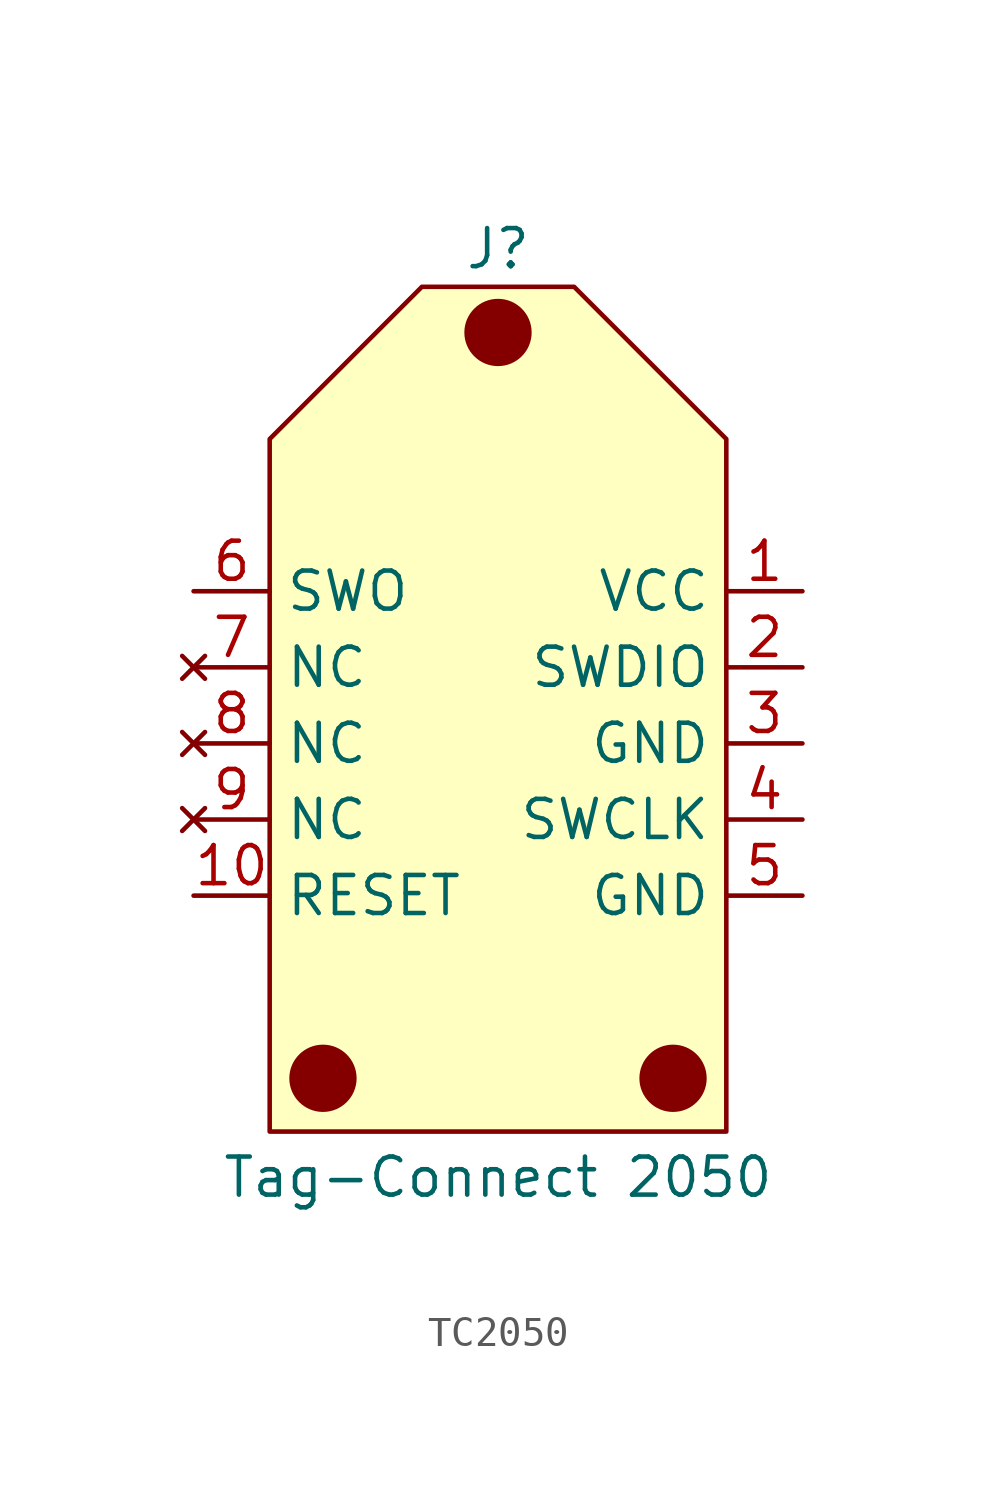
<source format=kicad_sym>
(kicad_symbol_lib
  (version 20231120)
  (generator "kicad_symbol_editor")
  (generator_version "8.0")
  (symbol "TC2050"
    (property "Reference" "J"
      (at 0 16.51 0)
      (effects (font (size 1.27 1.27))))
    (property "Value" "Tag-Connect 2050"
      (at 0 -14.478 0)
      (effects (font (size 1.27 1.27))))
    (symbol "TC2050_1_1"
      (circle (center -5.842 -11.176) (radius 1.047) (stroke (width 0) (type default)) (fill (type outline)))
      (polyline (pts (xy 2.54 15.24) (xy -2.54 15.24) (xy -7.62 10.16) (xy -7.62 -12.954) (xy 7.62 -12.954) (xy 7.62 10.16) (xy 2.54 15.24)) (stroke (width 0) (type default)) (fill (type background)))
      (circle (center 0 13.716) (radius 1.047) (stroke (width 0) (type default)) (fill (type outline)))
      (circle (center 5.842 -11.176) (radius 1.047) (stroke (width 0) (type default)) (fill (type outline)))
      (pin input line (at 10.16 5.08 180) (length 2.54) (name "VCC" (effects (font (size 1.27 1.27)))) (number "1" (effects (font (size 1.27 1.27)))))
      (pin input line (at -10.16 -5.08 0) (length 2.54) (name "RESET" (effects (font (size 1.27 1.27)))) (number "10" (effects (font (size 1.27 1.27)))))
      (pin input line (at 10.16 2.54 180) (length 2.54) (name "SWDIO" (effects (font (size 1.27 1.27)))) (number "2" (effects (font (size 1.27 1.27)))))
      (pin input line (at 10.16 0 180) (length 2.54) (name "GND" (effects (font (size 1.27 1.27)))) (number "3" (effects (font (size 1.27 1.27)))))
      (pin input line (at 10.16 -2.54 180) (length 2.54) (name "SWCLK" (effects (font (size 1.27 1.27)))) (number "4" (effects (font (size 1.27 1.27)))))
      (pin input line (at 10.16 -5.08 180) (length 2.54) (name "GND" (effects (font (size 1.27 1.27)))) (number "5" (effects (font (size 1.27 1.27)))))
      (pin input line (at -10.16 5.08 0) (length 2.54) (name "SWO" (effects (font (size 1.27 1.27)))) (number "6" (effects (font (size 1.27 1.27)))))
      (pin no_connect line (at -10.16 2.54 0) (length 2.54) (name "NC" (effects (font (size 1.27 1.27)))) (number "7" (effects (font (size 1.27 1.27)))))
      (pin no_connect line (at -10.16 0 0) (length 2.54) (name "NC" (effects (font (size 1.27 1.27)))) (number "8" (effects (font (size 1.27 1.27)))))
      (pin no_connect line (at -10.16 -2.54 0) (length 2.54) (name "NC" (effects (font (size 1.27 1.27)))) (number "9" (effects (font (size 1.27 1.27))))))))
</source>
